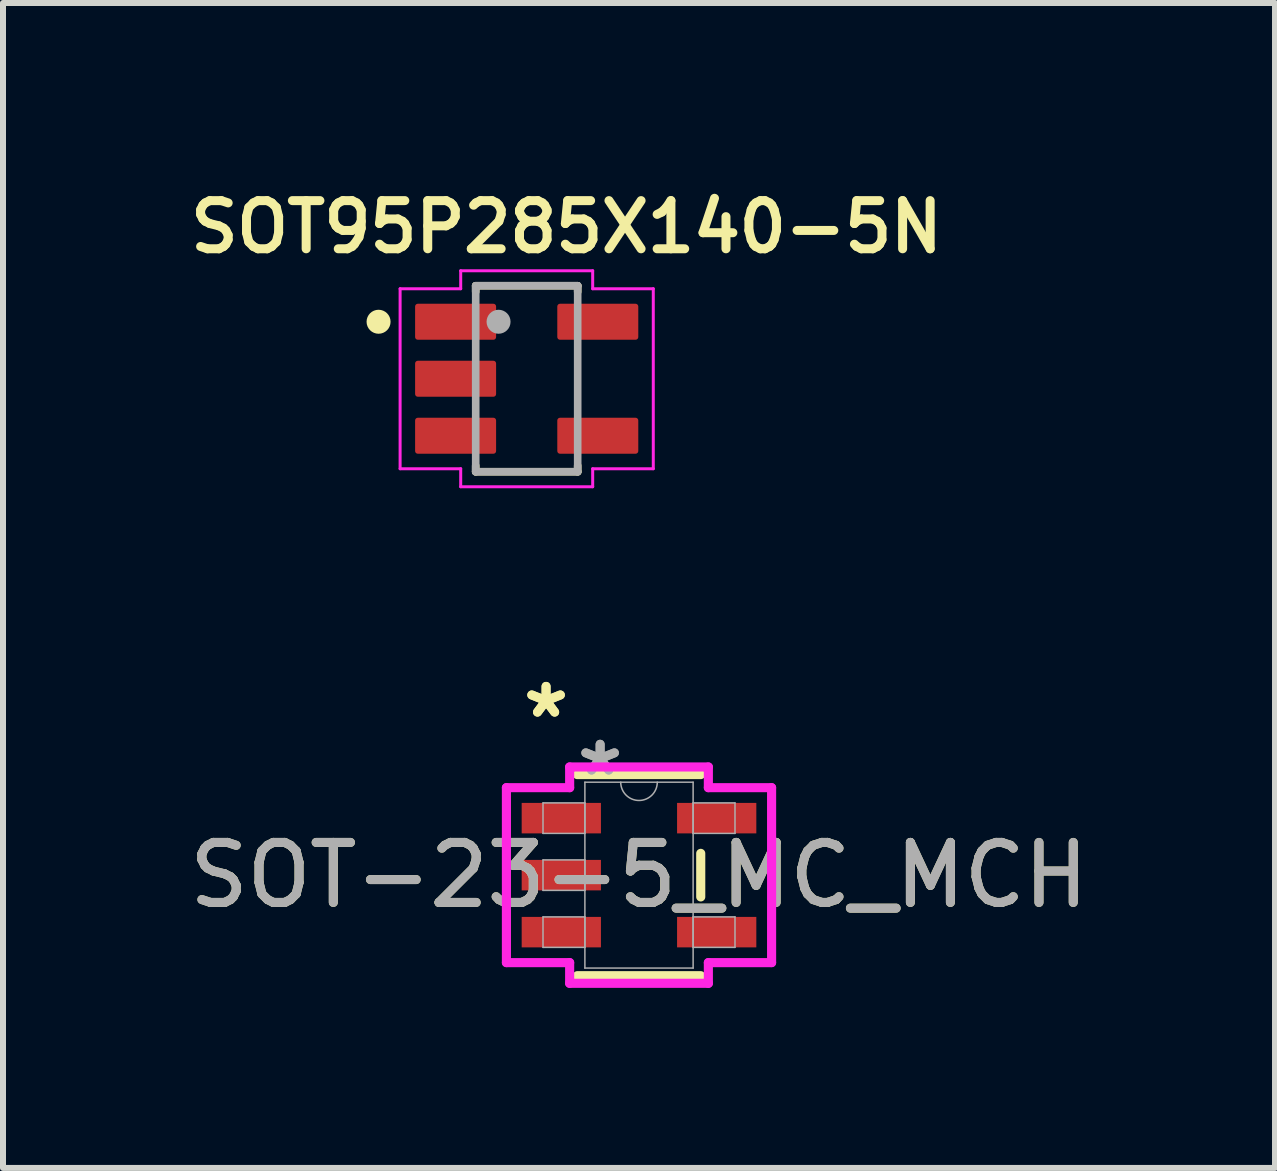
<source format=kicad_pcb>
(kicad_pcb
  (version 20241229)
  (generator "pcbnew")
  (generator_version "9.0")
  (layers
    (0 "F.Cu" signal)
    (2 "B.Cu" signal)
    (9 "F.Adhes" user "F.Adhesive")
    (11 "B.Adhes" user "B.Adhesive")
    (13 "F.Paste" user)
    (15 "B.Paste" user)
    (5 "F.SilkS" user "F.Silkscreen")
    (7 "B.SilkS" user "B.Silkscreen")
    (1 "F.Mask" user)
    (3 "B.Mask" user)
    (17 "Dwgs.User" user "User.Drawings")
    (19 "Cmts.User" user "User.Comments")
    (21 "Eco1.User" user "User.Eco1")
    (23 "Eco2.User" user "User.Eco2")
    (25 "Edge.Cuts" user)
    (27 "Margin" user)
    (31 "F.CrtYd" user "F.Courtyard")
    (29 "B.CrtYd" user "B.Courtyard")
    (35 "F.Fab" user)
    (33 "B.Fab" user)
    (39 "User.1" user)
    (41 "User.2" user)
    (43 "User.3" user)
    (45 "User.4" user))
  (footprint "SOT-23-5_MC_MCH"
    (layer "F.Cu")
    (at 7.601 11.537)
    (property "Reference" "SOT-23-5_MC_MCH" (at 0 0 0) (unlocked yes) (layer "F.SilkS") (effects (font (size 1 1) (thickness 0.15))))
    (attr smd)
    (fp_line (start -1.029 1.676) (end 1.029 1.676) (stroke (width 0.152) (type solid)) (layer "F.SilkS"))
    (fp_line (start 1.029 -1.676) (end -1.029 -1.676) (stroke (width 0.152) (type solid)) (layer "F.SilkS"))
    (fp_line (start 1.029 0.363) (end 1.029 -0.363) (stroke (width 0.152) (type solid)) (layer "F.SilkS"))
    (fp_line (start -2.21 -1.458) (end -1.156 -1.458) (stroke (width 0.152) (type solid)) (layer "F.CrtYd"))
    (fp_line (start -2.21 1.458) (end -2.21 -1.458) (stroke (width 0.152) (type solid)) (layer "F.CrtYd"))
    (fp_line (start -1.156 -1.803) (end 1.156 -1.803) (stroke (width 0.152) (type solid)) (layer "F.CrtYd"))
    (fp_line (start -1.156 -1.458) (end -1.156 -1.803) (stroke (width 0.152) (type solid)) (layer "F.CrtYd"))
    (fp_line (start -1.156 1.458) (end -2.21 1.458) (stroke (width 0.152) (type solid)) (layer "F.CrtYd"))
    (fp_line (start -1.156 1.803) (end -1.156 1.458) (stroke (width 0.152) (type solid)) (layer "F.CrtYd"))
    (fp_line (start 1.156 -1.803) (end 1.156 -1.458) (stroke (width 0.152) (type solid)) (layer "F.CrtYd"))
    (fp_line (start 1.156 -1.458) (end 2.21 -1.458) (stroke (width 0.152) (type solid)) (layer "F.CrtYd"))
    (fp_line (start 1.156 1.458) (end 1.156 1.803) (stroke (width 0.152) (type solid)) (layer "F.CrtYd"))
    (fp_line (start 1.156 1.803) (end -1.156 1.803) (stroke (width 0.152) (type solid)) (layer "F.CrtYd"))
    (fp_line (start 2.21 -1.458) (end 2.21 1.458) (stroke (width 0.152) (type solid)) (layer "F.CrtYd"))
    (fp_line (start 2.21 1.458) (end 1.156 1.458) (stroke (width 0.152) (type solid)) (layer "F.CrtYd"))
    (fp_line (start -1.6 -1.204) (end -1.6 -0.696) (stroke (width 0.025) (type solid)) (layer "F.Fab"))
    (fp_line (start -1.6 -0.696) (end -0.902 -0.696) (stroke (width 0.025) (type solid)) (layer "F.Fab"))
    (fp_line (start -1.6 -0.254) (end -1.6 0.254) (stroke (width 0.025) (type solid)) (layer "F.Fab"))
    (fp_line (start -1.6 0.254) (end -0.902 0.254) (stroke (width 0.025) (type solid)) (layer "F.Fab"))
    (fp_line (start -1.6 0.696) (end -1.6 1.204) (stroke (width 0.025) (type solid)) (layer "F.Fab"))
    (fp_line (start -1.6 1.204) (end -0.902 1.204) (stroke (width 0.025) (type solid)) (layer "F.Fab"))
    (fp_line (start -0.902 -1.549) (end -0.902 1.549) (stroke (width 0.025) (type solid)) (layer "F.Fab"))
    (fp_line (start -0.902 -1.204) (end -1.6 -1.204) (stroke (width 0.025) (type solid)) (layer "F.Fab"))
    (fp_line (start -0.902 -0.696) (end -0.902 -1.204) (stroke (width 0.025) (type solid)) (layer "F.Fab"))
    (fp_line (start -0.902 -0.254) (end -1.6 -0.254) (stroke (width 0.025) (type solid)) (layer "F.Fab"))
    (fp_line (start -0.902 0.254) (end -0.902 -0.254) (stroke (width 0.025) (type solid)) (layer "F.Fab"))
    (fp_line (start -0.902 0.696) (end -1.6 0.696) (stroke (width 0.025) (type solid)) (layer "F.Fab"))
    (fp_line (start -0.902 1.204) (end -0.902 0.696) (stroke (width 0.025) (type solid)) (layer "F.Fab"))
    (fp_line (start -0.902 1.549) (end 0.902 1.549) (stroke (width 0.025) (type solid)) (layer "F.Fab"))
    (fp_line (start 0.902 -1.549) (end -0.902 -1.549) (stroke (width 0.025) (type solid)) (layer "F.Fab"))
    (fp_line (start 0.902 -1.204) (end 0.902 -0.696) (stroke (width 0.025) (type solid)) (layer "F.Fab"))
    (fp_line (start 0.902 -0.696) (end 1.6 -0.696) (stroke (width 0.025) (type solid)) (layer "F.Fab"))
    (fp_line (start 0.902 0.696) (end 0.902 1.204) (stroke (width 0.025) (type solid)) (layer "F.Fab"))
    (fp_line (start 0.902 1.204) (end 1.6 1.204) (stroke (width 0.025) (type solid)) (layer "F.Fab"))
    (fp_line (start 0.902 1.549) (end 0.902 -1.549) (stroke (width 0.025) (type solid)) (layer "F.Fab"))
    (fp_line (start 1.6 -1.204) (end 0.902 -1.204) (stroke (width 0.025) (type solid)) (layer "F.Fab"))
    (fp_line (start 1.6 -0.696) (end 1.6 -1.204) (stroke (width 0.025) (type solid)) (layer "F.Fab"))
    (fp_line (start 1.6 0.696) (end 0.902 0.696) (stroke (width 0.025) (type solid)) (layer "F.Fab"))
    (fp_line (start 1.6 1.204) (end 1.6 0.696) (stroke (width 0.025) (type solid)) (layer "F.Fab"))
    (fp_arc (start 0.3048 -1.5494) (mid 0 -1.2446) (end -0.3048 -1.5494) (stroke (width 0.0254) (type solid)) (layer "F.Fab"))
    (fp_text user "*" (at -1.549 -2.601 0) (unlocked yes) (layer "F.SilkS") (effects (font (size 1 1) (thickness 0.15))))
    (fp_text user "*" (at -1.549 -2.601 0) (layer "F.SilkS") (effects (font (size 1 1) (thickness 0.15))))
    (fp_text user "*" (at -0.648 -1.636 0) (layer "F.Fab") (effects (font (size 1 1) (thickness 0.15))))
    (fp_text user "${REFERENCE}" (at 0 0 0) (unlocked yes) (layer "F.Fab") (effects (font (size 1 1) (thickness 0.15))))
    (fp_text user "*" (at -0.648 -1.636 0) (unlocked yes) (layer "F.Fab") (effects (font (size 1 1) (thickness 0.15))))
    (pad "1" smd rect (at -1.295 -0.95) (size 1.321 0.508) (layers "F.Cu" "F.Mask" "F.Paste"))
    (pad "2" smd rect (at -1.295 0) (size 1.321 0.508) (layers "F.Cu" "F.Mask" "F.Paste"))
    (pad "3" smd rect (at -1.295 0.95) (size 1.321 0.508) (layers "F.Cu" "F.Mask" "F.Paste"))
    (pad "4" smd rect (at 1.295 0.95) (size 1.321 0.508) (layers "F.Cu" "F.Mask" "F.Paste"))
    (pad "5" smd rect (at 1.295 -0.95) (size 1.321 0.508) (layers "F.Cu" "F.Mask" "F.Paste")))
  (footprint "SOT95P285X140-5N"
    (layer "F.Cu")
    (at 5.729 3.263)
    (property "Reference" "SOT95P285X140-5N" (at 0.664 -2.53 0) (layer "F.SilkS") (effects (font (size 0.803 0.803) (thickness 0.15))))
    (attr smd)
    (fp_line (start -0.85 -1.55) (end -0.85 -1.45) (stroke (width 0.127) (type solid)) (layer "F.SilkS"))
    (fp_line (start -0.85 1.55) (end -0.85 1.45) (stroke (width 0.127) (type solid)) (layer "F.SilkS"))
    (fp_line (start 0.85 -1.55) (end -0.85 -1.55) (stroke (width 0.127) (type solid)) (layer "F.SilkS"))
    (fp_line (start 0.85 -1.55) (end 0.85 -1.45) (stroke (width 0.127) (type solid)) (layer "F.SilkS"))
    (fp_line (start 0.85 1.55) (end -0.85 1.55) (stroke (width 0.127) (type solid)) (layer "F.SilkS"))
    (fp_line (start 0.85 1.55) (end 0.85 1.45) (stroke (width 0.127) (type solid)) (layer "F.SilkS"))
    (fp_circle (center -2.469 -0.95) (end -2.369 -0.95) (stroke (width 0.2) (type solid)) (fill no) (layer "F.SilkS"))
    (fp_line (start -2.11 -1.5) (end -2.11 1.5) (stroke (width 0.05) (type solid)) (layer "F.CrtYd"))
    (fp_line (start -2.11 1.5) (end -1.1 1.5) (stroke (width 0.05) (type solid)) (layer "F.CrtYd"))
    (fp_line (start -1.1 -1.8) (end -1.1 -1.5) (stroke (width 0.05) (type solid)) (layer "F.CrtYd"))
    (fp_line (start -1.1 -1.5) (end -2.11 -1.5) (stroke (width 0.05) (type solid)) (layer "F.CrtYd"))
    (fp_line (start -1.1 1.5) (end -1.1 1.8) (stroke (width 0.05) (type solid)) (layer "F.CrtYd"))
    (fp_line (start -1.1 1.8) (end 1.1 1.8) (stroke (width 0.05) (type solid)) (layer "F.CrtYd"))
    (fp_line (start 1.1 -1.8) (end -1.1 -1.8) (stroke (width 0.05) (type solid)) (layer "F.CrtYd"))
    (fp_line (start 1.1 -1.5) (end 1.1 -1.8) (stroke (width 0.05) (type solid)) (layer "F.CrtYd"))
    (fp_line (start 1.1 1.5) (end 2.11 1.5) (stroke (width 0.05) (type solid)) (layer "F.CrtYd"))
    (fp_line (start 1.1 1.8) (end 1.1 1.5) (stroke (width 0.05) (type solid)) (layer "F.CrtYd"))
    (fp_line (start 2.11 -1.5) (end 1.1 -1.5) (stroke (width 0.05) (type solid)) (layer "F.CrtYd"))
    (fp_line (start 2.11 1.5) (end 2.11 -1.5) (stroke (width 0.05) (type solid)) (layer "F.CrtYd"))
    (fp_line (start -0.85 -1.55) (end 0.85 -1.55) (stroke (width 0.127) (type solid)) (layer "F.Fab"))
    (fp_line (start -0.85 1.55) (end -0.85 -1.55) (stroke (width 0.127) (type solid)) (layer "F.Fab"))
    (fp_line (start 0.85 -1.55) (end 0.85 1.55) (stroke (width 0.127) (type solid)) (layer "F.Fab"))
    (fp_line (start 0.85 1.55) (end -0.85 1.55) (stroke (width 0.127) (type solid)) (layer "F.Fab"))
    (fp_circle (center -0.469 -0.95) (end -0.369 -0.95) (stroke (width 0.2) (type solid)) (fill no) (layer "F.Fab"))
    (pad "1" smd roundrect (at -1.185 -0.95 270) (size 0.6 1.35) (layers "F.Cu" "F.Mask" "F.Paste") (roundrect_rratio 0.075))
    (pad "2" smd roundrect (at -1.185 0 270) (size 0.6 1.35) (layers "F.Cu" "F.Mask" "F.Paste") (roundrect_rratio 0.075))
    (pad "3" smd roundrect (at -1.185 0.95 270) (size 0.6 1.35) (layers "F.Cu" "F.Mask" "F.Paste") (roundrect_rratio 0.075))
    (pad "4" smd roundrect (at 1.185 0.95 270) (size 0.6 1.35) (layers "F.Cu" "F.Mask" "F.Paste") (roundrect_rratio 0.075))
    (pad "5" smd roundrect (at 1.185 -0.95 270) (size 0.6 1.35) (layers "F.Cu" "F.Mask" "F.Paste") (roundrect_rratio 0.075)))
  (gr_rect
    (start -3 -3)
    (end 18.202 16.417)
    (stroke (width 0.1) (type default))
    (fill no)
    (layer "Edge.Cuts")))
</source>
